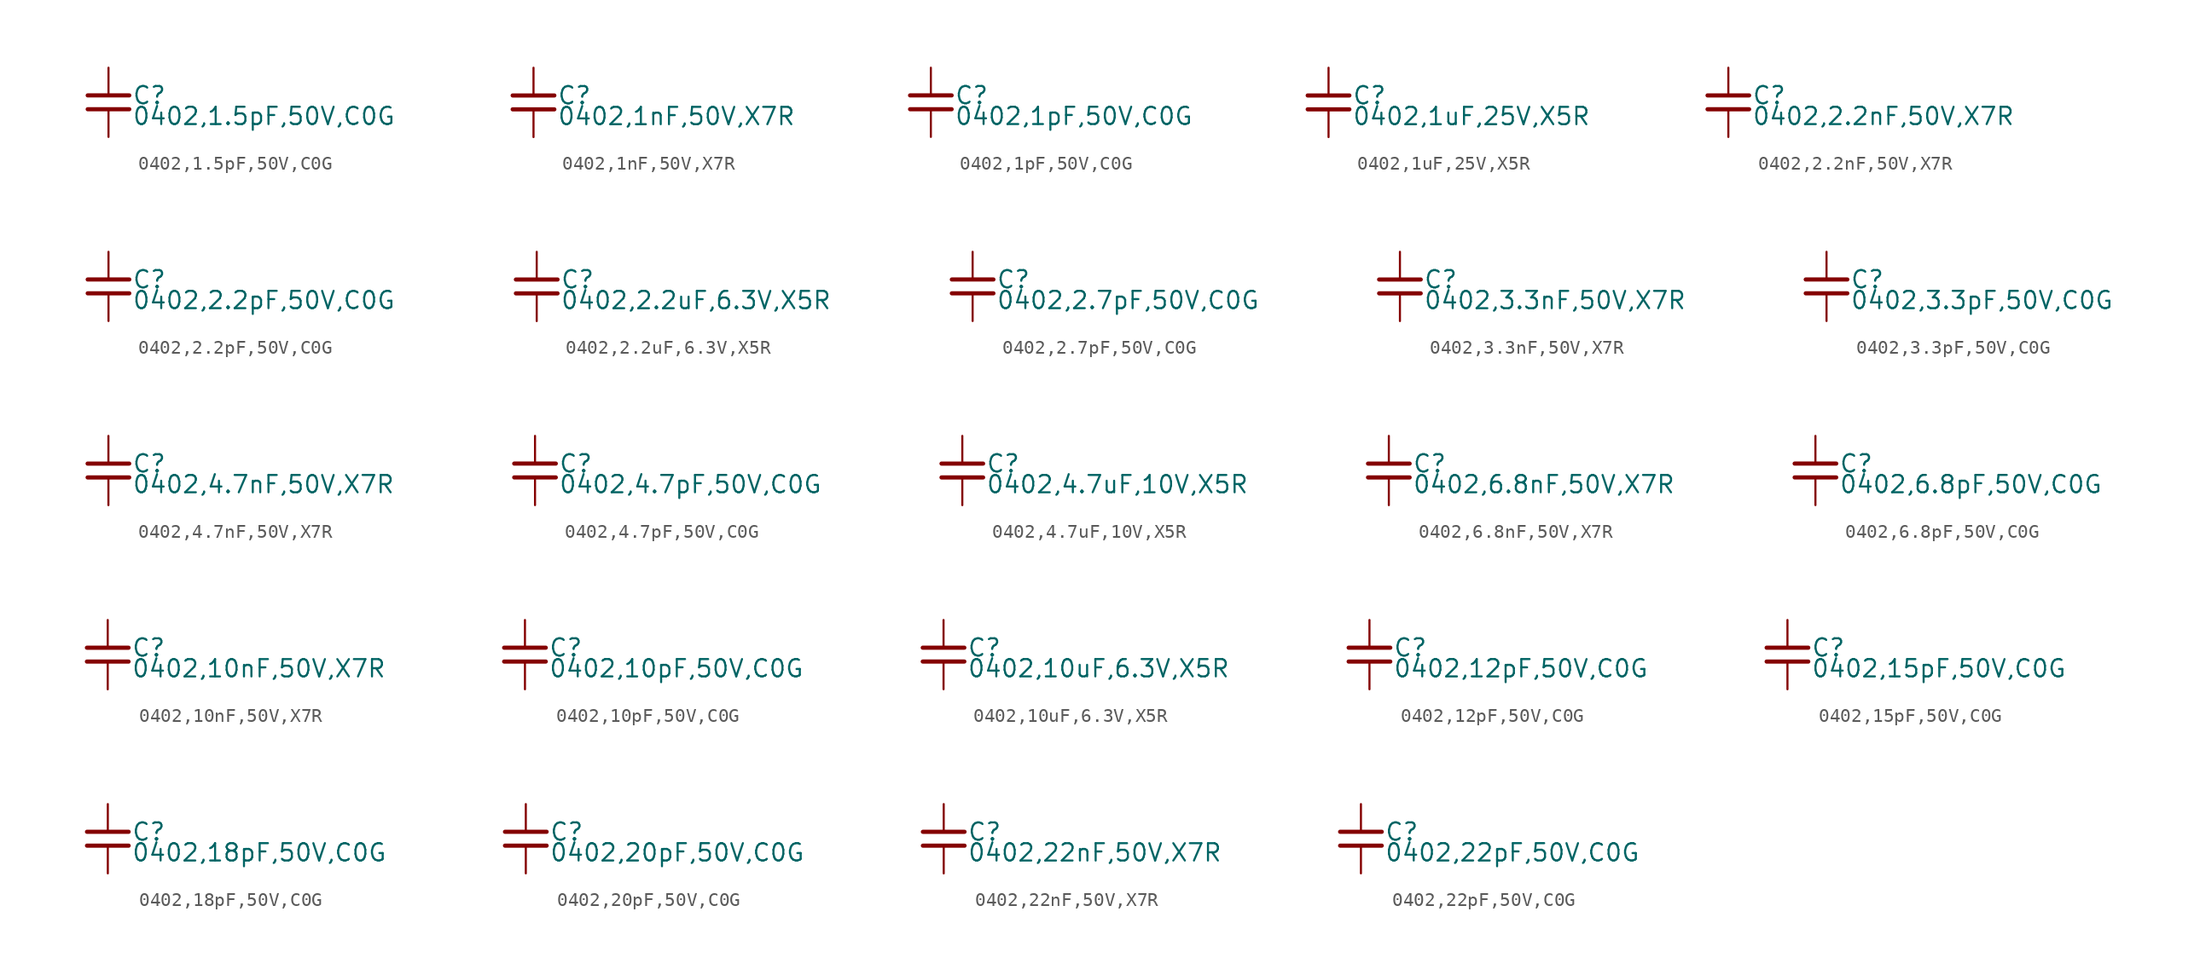
<source format=kicad_sym>
(kicad_symbol_lib
  (version 20231120)
  (generator "kicad_symbol_editor")
  (generator_version "8.0")
  (symbol "0402,1.5pF,50V,C0G "
    (property "Reference" "C"
      (at 1.71 0.508 0)
      (effects (font (size 1.27 1.27)) (justify left)))
    (property "Value" "0402,1.5pF,50V,C0G "
      (at 1.71 -1.016 0)
      (effects (font (size 1.27 1.27)) (justify left)))
    (symbol "0402,1.5pF,50V,C0G _0_0"
      (polyline (pts (xy -1.524 -0.508) (xy 1.524 -0.508)) (stroke (width 0.305) (type default)) (fill (type none)))
      (polyline (pts (xy -1.524 0.508) (xy 1.524 0.508)) (stroke (width 0.305) (type default)) (fill (type none)))
      (pin passive line (at 0 2.54 270) (length 2.032) (name "~" (effects (font (size 0 0)))) (number "1" (effects (font (size 0 0)))))
      (pin passive line (at 0 -2.54 90) (length 2.032) (name "~" (effects (font (size 0 0)))) (number "2" (effects (font (size 0 0)))))))
  (symbol "0402,1nF,50V,X7R "
    (property "Reference" "C"
      (at 1.71 0.508 0)
      (effects (font (size 1.27 1.27)) (justify left)))
    (property "Value" "0402,1nF,50V,X7R "
      (at 1.71 -1.016 0)
      (effects (font (size 1.27 1.27)) (justify left)))
    (property "ki_locked" ""
      (at 0 0 0)
      (effects (font (size 1.27 1.27))))
    (symbol "0402,1nF,50V,X7R _0_0"
      (polyline (pts (xy -1.524 -0.508) (xy 1.524 -0.508)) (stroke (width 0.305) (type default)) (fill (type none)))
      (polyline (pts (xy -1.524 0.508) (xy 1.524 0.508)) (stroke (width 0.305) (type default)) (fill (type none)))
      (pin passive line (at 0 2.54 270) (length 2.032) (name "~" (effects (font (size 0 0)))) (number "1" (effects (font (size 0 0)))))
      (pin passive line (at 0 -2.54 90) (length 2.032) (name "~" (effects (font (size 0 0)))) (number "2" (effects (font (size 0 0)))))))
  (symbol "0402,1pF,50V,C0G "
    (property "Reference" "C"
      (at 1.71 0.508 0)
      (effects (font (size 1.27 1.27)) (justify left)))
    (property "Value" "0402,1pF,50V,C0G "
      (at 1.71 -1.016 0)
      (effects (font (size 1.27 1.27)) (justify left)))
    (property "ki_locked" ""
      (at 0 0 0)
      (effects (font (size 1.27 1.27))))
    (symbol "0402,1pF,50V,C0G _0_0"
      (polyline (pts (xy -1.524 -0.508) (xy 1.524 -0.508)) (stroke (width 0.305) (type default)) (fill (type none)))
      (polyline (pts (xy -1.524 0.508) (xy 1.524 0.508)) (stroke (width 0.305) (type default)) (fill (type none)))
      (pin passive line (at 0 2.54 270) (length 2.032) (name "~" (effects (font (size 0 0)))) (number "1" (effects (font (size 0 0)))))
      (pin passive line (at 0 -2.54 90) (length 2.032) (name "~" (effects (font (size 0 0)))) (number "2" (effects (font (size 0 0)))))))
  (symbol "0402,1uF,25V,X5R "
    (property "Reference" "C"
      (at 1.71 0.508 0)
      (effects (font (size 1.27 1.27)) (justify left)))
    (property "Value" "0402,1uF,25V,X5R "
      (at 1.71 -1.016 0)
      (effects (font (size 1.27 1.27)) (justify left)))
    (property "ki_locked" ""
      (at 0 0 0)
      (effects (font (size 1.27 1.27))))
    (symbol "0402,1uF,25V,X5R _0_0"
      (polyline (pts (xy -1.524 -0.508) (xy 1.524 -0.508)) (stroke (width 0.305) (type default)) (fill (type none)))
      (polyline (pts (xy -1.524 0.508) (xy 1.524 0.508)) (stroke (width 0.305) (type default)) (fill (type none)))
      (pin passive line (at 0 2.54 270) (length 2.032) (name "~" (effects (font (size 0 0)))) (number "1" (effects (font (size 0 0)))))
      (pin passive line (at 0 -2.54 90) (length 2.032) (name "~" (effects (font (size 0 0)))) (number "2" (effects (font (size 0 0)))))))
  (symbol "0402,2.2nF,50V,X7R "
    (property "Reference" "C"
      (at 1.71 0.508 0)
      (effects (font (size 1.27 1.27)) (justify left)))
    (property "Value" "0402,2.2nF,50V,X7R "
      (at 1.71 -1.016 0)
      (effects (font (size 1.27 1.27)) (justify left)))
    (property "ki_locked" ""
      (at 0 0 0)
      (effects (font (size 1.27 1.27))))
    (symbol "0402,2.2nF,50V,X7R _0_0"
      (polyline (pts (xy -1.524 -0.508) (xy 1.524 -0.508)) (stroke (width 0.305) (type default)) (fill (type none)))
      (polyline (pts (xy -1.524 0.508) (xy 1.524 0.508)) (stroke (width 0.305) (type default)) (fill (type none)))
      (pin passive line (at 0 2.54 270) (length 2.032) (name "~" (effects (font (size 0 0)))) (number "1" (effects (font (size 0 0)))))
      (pin passive line (at 0 -2.54 90) (length 2.032) (name "~" (effects (font (size 0 0)))) (number "2" (effects (font (size 0 0)))))))
  (symbol "0402,2.2pF,50V,C0G "
    (property "Reference" "C"
      (at 1.71 0.508 0)
      (effects (font (size 1.27 1.27)) (justify left)))
    (property "Value" "0402,2.2pF,50V,C0G "
      (at 1.71 -1.016 0)
      (effects (font (size 1.27 1.27)) (justify left)))
    (property "ki_locked" ""
      (at 0 0 0)
      (effects (font (size 1.27 1.27))))
    (symbol "0402,2.2pF,50V,C0G _0_0"
      (polyline (pts (xy -1.524 -0.508) (xy 1.524 -0.508)) (stroke (width 0.305) (type default)) (fill (type none)))
      (polyline (pts (xy -1.524 0.508) (xy 1.524 0.508)) (stroke (width 0.305) (type default)) (fill (type none)))
      (pin passive line (at 0 2.54 270) (length 2.032) (name "~" (effects (font (size 0 0)))) (number "1" (effects (font (size 0 0)))))
      (pin passive line (at 0 -2.54 90) (length 2.032) (name "~" (effects (font (size 0 0)))) (number "2" (effects (font (size 0 0)))))))
  (symbol "0402,2.2uF,6.3V,X5R "
    (property "Reference" "C"
      (at 1.71 0.508 0)
      (effects (font (size 1.27 1.27)) (justify left)))
    (property "Value" "0402,2.2uF,6.3V,X5R "
      (at 1.71 -1.016 0)
      (effects (font (size 1.27 1.27)) (justify left)))
    (property "ki_locked" ""
      (at 0 0 0)
      (effects (font (size 1.27 1.27))))
    (symbol "0402,2.2uF,6.3V,X5R _0_0"
      (polyline (pts (xy -1.524 -0.508) (xy 1.524 -0.508)) (stroke (width 0.305) (type default)) (fill (type none)))
      (polyline (pts (xy -1.524 0.508) (xy 1.524 0.508)) (stroke (width 0.305) (type default)) (fill (type none)))
      (pin passive line (at 0 2.54 270) (length 2.032) (name "~" (effects (font (size 0 0)))) (number "1" (effects (font (size 0 0)))))
      (pin passive line (at 0 -2.54 90) (length 2.032) (name "~" (effects (font (size 0 0)))) (number "2" (effects (font (size 0 0)))))))
  (symbol "0402,2.7pF,50V,C0G "
    (property "Reference" "C"
      (at 1.71 0.508 0)
      (effects (font (size 1.27 1.27)) (justify left)))
    (property "Value" "0402,2.7pF,50V,C0G "
      (at 1.71 -1.016 0)
      (effects (font (size 1.27 1.27)) (justify left)))
    (property "ki_locked" ""
      (at 0 0 0)
      (effects (font (size 1.27 1.27))))
    (symbol "0402,2.7pF,50V,C0G _0_0"
      (polyline (pts (xy -1.524 -0.508) (xy 1.524 -0.508)) (stroke (width 0.305) (type default)) (fill (type none)))
      (polyline (pts (xy -1.524 0.508) (xy 1.524 0.508)) (stroke (width 0.305) (type default)) (fill (type none)))
      (pin passive line (at 0 2.54 270) (length 2.032) (name "~" (effects (font (size 0 0)))) (number "1" (effects (font (size 0 0)))))
      (pin passive line (at 0 -2.54 90) (length 2.032) (name "~" (effects (font (size 0 0)))) (number "2" (effects (font (size 0 0)))))))
  (symbol "0402,3.3nF,50V,X7R "
    (property "Reference" "C"
      (at 1.71 0.508 0)
      (effects (font (size 1.27 1.27)) (justify left)))
    (property "Value" "0402,3.3nF,50V,X7R "
      (at 1.71 -1.016 0)
      (effects (font (size 1.27 1.27)) (justify left)))
    (property "ki_locked" ""
      (at 0 0 0)
      (effects (font (size 1.27 1.27))))
    (symbol "0402,3.3nF,50V,X7R _0_0"
      (polyline (pts (xy -1.524 -0.508) (xy 1.524 -0.508)) (stroke (width 0.305) (type default)) (fill (type none)))
      (polyline (pts (xy -1.524 0.508) (xy 1.524 0.508)) (stroke (width 0.305) (type default)) (fill (type none)))
      (pin passive line (at 0 2.54 270) (length 2.032) (name "~" (effects (font (size 0 0)))) (number "1" (effects (font (size 0 0)))))
      (pin passive line (at 0 -2.54 90) (length 2.032) (name "~" (effects (font (size 0 0)))) (number "2" (effects (font (size 0 0)))))))
  (symbol "0402,3.3pF,50V,C0G "
    (property "Reference" "C"
      (at 1.71 0.508 0)
      (effects (font (size 1.27 1.27)) (justify left)))
    (property "Value" "0402,3.3pF,50V,C0G "
      (at 1.71 -1.016 0)
      (effects (font (size 1.27 1.27)) (justify left)))
    (property "ki_locked" ""
      (at 0 0 0)
      (effects (font (size 1.27 1.27))))
    (symbol "0402,3.3pF,50V,C0G _0_0"
      (polyline (pts (xy -1.524 -0.508) (xy 1.524 -0.508)) (stroke (width 0.305) (type default)) (fill (type none)))
      (polyline (pts (xy -1.524 0.508) (xy 1.524 0.508)) (stroke (width 0.305) (type default)) (fill (type none)))
      (pin passive line (at 0 2.54 270) (length 2.032) (name "~" (effects (font (size 0 0)))) (number "1" (effects (font (size 0 0)))))
      (pin passive line (at 0 -2.54 90) (length 2.032) (name "~" (effects (font (size 0 0)))) (number "2" (effects (font (size 0 0)))))))
  (symbol "0402,4.7nF,50V,X7R "
    (property "Reference" "C"
      (at 1.71 0.508 0)
      (effects (font (size 1.27 1.27)) (justify left)))
    (property "Value" "0402,4.7nF,50V,X7R "
      (at 1.71 -1.016 0)
      (effects (font (size 1.27 1.27)) (justify left)))
    (property "ki_locked" ""
      (at 0 0 0)
      (effects (font (size 1.27 1.27))))
    (symbol "0402,4.7nF,50V,X7R _0_0"
      (polyline (pts (xy -1.524 -0.508) (xy 1.524 -0.508)) (stroke (width 0.305) (type default)) (fill (type none)))
      (polyline (pts (xy -1.524 0.508) (xy 1.524 0.508)) (stroke (width 0.305) (type default)) (fill (type none)))
      (pin passive line (at 0 2.54 270) (length 2.032) (name "~" (effects (font (size 0 0)))) (number "1" (effects (font (size 0 0)))))
      (pin passive line (at 0 -2.54 90) (length 2.032) (name "~" (effects (font (size 0 0)))) (number "2" (effects (font (size 0 0)))))))
  (symbol "0402,4.7pF,50V,C0G "
    (property "Reference" "C"
      (at 1.71 0.508 0)
      (effects (font (size 1.27 1.27)) (justify left)))
    (property "Value" "0402,4.7pF,50V,C0G "
      (at 1.71 -1.016 0)
      (effects (font (size 1.27 1.27)) (justify left)))
    (property "ki_locked" ""
      (at 0 0 0)
      (effects (font (size 1.27 1.27))))
    (symbol "0402,4.7pF,50V,C0G _0_0"
      (polyline (pts (xy -1.524 -0.508) (xy 1.524 -0.508)) (stroke (width 0.305) (type default)) (fill (type none)))
      (polyline (pts (xy -1.524 0.508) (xy 1.524 0.508)) (stroke (width 0.305) (type default)) (fill (type none)))
      (pin passive line (at 0 2.54 270) (length 2.032) (name "~" (effects (font (size 0 0)))) (number "1" (effects (font (size 0 0)))))
      (pin passive line (at 0 -2.54 90) (length 2.032) (name "~" (effects (font (size 0 0)))) (number "2" (effects (font (size 0 0)))))))
  (symbol "0402,4.7uF,10V,X5R "
    (property "Reference" "C"
      (at 1.71 0.508 0)
      (effects (font (size 1.27 1.27)) (justify left)))
    (property "Value" "0402,4.7uF,10V,X5R "
      (at 1.71 -1.016 0)
      (effects (font (size 1.27 1.27)) (justify left)))
    (property "ki_locked" ""
      (at 0 0 0)
      (effects (font (size 1.27 1.27))))
    (symbol "0402,4.7uF,10V,X5R _0_0"
      (polyline (pts (xy -1.524 -0.508) (xy 1.524 -0.508)) (stroke (width 0.305) (type default)) (fill (type none)))
      (polyline (pts (xy -1.524 0.508) (xy 1.524 0.508)) (stroke (width 0.305) (type default)) (fill (type none)))
      (pin passive line (at 0 2.54 270) (length 2.032) (name "~" (effects (font (size 0 0)))) (number "1" (effects (font (size 0 0)))))
      (pin passive line (at 0 -2.54 90) (length 2.032) (name "~" (effects (font (size 0 0)))) (number "2" (effects (font (size 0 0)))))))
  (symbol "0402,6.8nF,50V,X7R "
    (property "Reference" "C"
      (at 1.71 0.508 0)
      (effects (font (size 1.27 1.27)) (justify left)))
    (property "Value" "0402,6.8nF,50V,X7R "
      (at 1.71 -1.016 0)
      (effects (font (size 1.27 1.27)) (justify left)))
    (property "ki_locked" ""
      (at 0 0 0)
      (effects (font (size 1.27 1.27))))
    (symbol "0402,6.8nF,50V,X7R _0_0"
      (polyline (pts (xy -1.524 -0.508) (xy 1.524 -0.508)) (stroke (width 0.305) (type default)) (fill (type none)))
      (polyline (pts (xy -1.524 0.508) (xy 1.524 0.508)) (stroke (width 0.305) (type default)) (fill (type none)))
      (pin passive line (at 0 2.54 270) (length 2.032) (name "~" (effects (font (size 0 0)))) (number "1" (effects (font (size 0 0)))))
      (pin passive line (at 0 -2.54 90) (length 2.032) (name "~" (effects (font (size 0 0)))) (number "2" (effects (font (size 0 0)))))))
  (symbol "0402,6.8pF,50V,C0G "
    (property "Reference" "C"
      (at 1.71 0.508 0)
      (effects (font (size 1.27 1.27)) (justify left)))
    (property "Value" "0402,6.8pF,50V,C0G "
      (at 1.71 -1.016 0)
      (effects (font (size 1.27 1.27)) (justify left)))
    (property "ki_locked" ""
      (at 0 0 0)
      (effects (font (size 1.27 1.27))))
    (symbol "0402,6.8pF,50V,C0G _0_0"
      (polyline (pts (xy -1.524 -0.508) (xy 1.524 -0.508)) (stroke (width 0.305) (type default)) (fill (type none)))
      (polyline (pts (xy -1.524 0.508) (xy 1.524 0.508)) (stroke (width 0.305) (type default)) (fill (type none)))
      (pin passive line (at 0 2.54 270) (length 2.032) (name "~" (effects (font (size 0 0)))) (number "1" (effects (font (size 0 0)))))
      (pin passive line (at 0 -2.54 90) (length 2.032) (name "~" (effects (font (size 0 0)))) (number "2" (effects (font (size 0 0)))))))
  (symbol "0402,10nF,50V,X7R "
    (property "Reference" "C"
      (at 1.71 0.508 0)
      (effects (font (size 1.27 1.27)) (justify left)))
    (property "Value" "0402,10nF,50V,X7R "
      (at 1.71 -1.016 0)
      (effects (font (size 1.27 1.27)) (justify left)))
    (property "ki_locked" ""
      (at 0 0 0)
      (effects (font (size 1.27 1.27))))
    (symbol "0402,10nF,50V,X7R _0_0"
      (polyline (pts (xy -1.524 -0.508) (xy 1.524 -0.508)) (stroke (width 0.305) (type default)) (fill (type none)))
      (polyline (pts (xy -1.524 0.508) (xy 1.524 0.508)) (stroke (width 0.305) (type default)) (fill (type none)))
      (pin passive line (at 0 2.54 270) (length 2.032) (name "~" (effects (font (size 0 0)))) (number "1" (effects (font (size 0 0)))))
      (pin passive line (at 0 -2.54 90) (length 2.032) (name "~" (effects (font (size 0 0)))) (number "2" (effects (font (size 0 0)))))))
  (symbol "0402,10pF,50V,C0G "
    (property "Reference" "C"
      (at 1.71 0.508 0)
      (effects (font (size 1.27 1.27)) (justify left)))
    (property "Value" "0402,10pF,50V,C0G "
      (at 1.71 -1.016 0)
      (effects (font (size 1.27 1.27)) (justify left)))
    (property "ki_locked" ""
      (at 0 0 0)
      (effects (font (size 1.27 1.27))))
    (symbol "0402,10pF,50V,C0G _0_0"
      (polyline (pts (xy -1.524 -0.508) (xy 1.524 -0.508)) (stroke (width 0.305) (type default)) (fill (type none)))
      (polyline (pts (xy -1.524 0.508) (xy 1.524 0.508)) (stroke (width 0.305) (type default)) (fill (type none)))
      (pin passive line (at 0 2.54 270) (length 2.032) (name "~" (effects (font (size 0 0)))) (number "1" (effects (font (size 0 0)))))
      (pin passive line (at 0 -2.54 90) (length 2.032) (name "~" (effects (font (size 0 0)))) (number "2" (effects (font (size 0 0)))))))
  (symbol "0402,10uF,6.3V,X5R "
    (property "Reference" "C"
      (at 1.71 0.508 0)
      (effects (font (size 1.27 1.27)) (justify left)))
    (property "Value" "0402,10uF,6.3V,X5R "
      (at 1.71 -1.016 0)
      (effects (font (size 1.27 1.27)) (justify left)))
    (property "ki_locked" ""
      (at 0 0 0)
      (effects (font (size 1.27 1.27))))
    (symbol "0402,10uF,6.3V,X5R _0_0"
      (polyline (pts (xy -1.524 -0.508) (xy 1.524 -0.508)) (stroke (width 0.305) (type default)) (fill (type none)))
      (polyline (pts (xy -1.524 0.508) (xy 1.524 0.508)) (stroke (width 0.305) (type default)) (fill (type none)))
      (pin passive line (at 0 2.54 270) (length 2.032) (name "~" (effects (font (size 0 0)))) (number "1" (effects (font (size 0 0)))))
      (pin passive line (at 0 -2.54 90) (length 2.032) (name "~" (effects (font (size 0 0)))) (number "2" (effects (font (size 0 0)))))))
  (symbol "0402,12pF,50V,C0G "
    (property "Reference" "C"
      (at 1.71 0.508 0)
      (effects (font (size 1.27 1.27)) (justify left)))
    (property "Value" "0402,12pF,50V,C0G "
      (at 1.71 -1.016 0)
      (effects (font (size 1.27 1.27)) (justify left)))
    (property "ki_locked" ""
      (at 0 0 0)
      (effects (font (size 1.27 1.27))))
    (symbol "0402,12pF,50V,C0G _0_0"
      (polyline (pts (xy -1.524 -0.508) (xy 1.524 -0.508)) (stroke (width 0.305) (type default)) (fill (type none)))
      (polyline (pts (xy -1.524 0.508) (xy 1.524 0.508)) (stroke (width 0.305) (type default)) (fill (type none)))
      (pin passive line (at 0 2.54 270) (length 2.032) (name "~" (effects (font (size 0 0)))) (number "1" (effects (font (size 0 0)))))
      (pin passive line (at 0 -2.54 90) (length 2.032) (name "~" (effects (font (size 0 0)))) (number "2" (effects (font (size 0 0)))))))
  (symbol "0402,15pF,50V,C0G "
    (property "Reference" "C"
      (at 1.71 0.508 0)
      (effects (font (size 1.27 1.27)) (justify left)))
    (property "Value" "0402,15pF,50V,C0G "
      (at 1.71 -1.016 0)
      (effects (font (size 1.27 1.27)) (justify left)))
    (property "ki_locked" ""
      (at 0 0 0)
      (effects (font (size 1.27 1.27))))
    (symbol "0402,15pF,50V,C0G _0_0"
      (polyline (pts (xy -1.524 -0.508) (xy 1.524 -0.508)) (stroke (width 0.305) (type default)) (fill (type none)))
      (polyline (pts (xy -1.524 0.508) (xy 1.524 0.508)) (stroke (width 0.305) (type default)) (fill (type none)))
      (pin passive line (at 0 2.54 270) (length 2.032) (name "~" (effects (font (size 0 0)))) (number "1" (effects (font (size 0 0)))))
      (pin passive line (at 0 -2.54 90) (length 2.032) (name "~" (effects (font (size 0 0)))) (number "2" (effects (font (size 0 0)))))))
  (symbol "0402,18pF,50V,C0G "
    (property "Reference" "C"
      (at 1.71 0.508 0)
      (effects (font (size 1.27 1.27)) (justify left)))
    (property "Value" "0402,18pF,50V,C0G "
      (at 1.71 -1.016 0)
      (effects (font (size 1.27 1.27)) (justify left)))
    (property "ki_locked" ""
      (at 0 0 0)
      (effects (font (size 1.27 1.27))))
    (symbol "0402,18pF,50V,C0G _0_0"
      (polyline (pts (xy -1.524 -0.508) (xy 1.524 -0.508)) (stroke (width 0.305) (type default)) (fill (type none)))
      (polyline (pts (xy -1.524 0.508) (xy 1.524 0.508)) (stroke (width 0.305) (type default)) (fill (type none)))
      (pin passive line (at 0 2.54 270) (length 2.032) (name "~" (effects (font (size 0 0)))) (number "1" (effects (font (size 0 0)))))
      (pin passive line (at 0 -2.54 90) (length 2.032) (name "~" (effects (font (size 0 0)))) (number "2" (effects (font (size 0 0)))))))
  (symbol "0402,20pF,50V,C0G "
    (property "Reference" "C"
      (at 1.71 0.508 0)
      (effects (font (size 1.27 1.27)) (justify left)))
    (property "Value" "0402,20pF,50V,C0G "
      (at 1.71 -1.016 0)
      (effects (font (size 1.27 1.27)) (justify left)))
    (property "ki_locked" ""
      (at 0 0 0)
      (effects (font (size 1.27 1.27))))
    (symbol "0402,20pF,50V,C0G _0_0"
      (polyline (pts (xy -1.524 -0.508) (xy 1.524 -0.508)) (stroke (width 0.305) (type default)) (fill (type none)))
      (polyline (pts (xy -1.524 0.508) (xy 1.524 0.508)) (stroke (width 0.305) (type default)) (fill (type none)))
      (pin passive line (at 0 2.54 270) (length 2.032) (name "~" (effects (font (size 0 0)))) (number "1" (effects (font (size 0 0)))))
      (pin passive line (at 0 -2.54 90) (length 2.032) (name "~" (effects (font (size 0 0)))) (number "2" (effects (font (size 0 0)))))))
  (symbol "0402,22nF,50V,X7R "
    (property "Reference" "C"
      (at 1.71 0.508 0)
      (effects (font (size 1.27 1.27)) (justify left)))
    (property "Value" "0402,22nF,50V,X7R "
      (at 1.71 -1.016 0)
      (effects (font (size 1.27 1.27)) (justify left)))
    (property "ki_locked" ""
      (at 0 0 0)
      (effects (font (size 1.27 1.27))))
    (symbol "0402,22nF,50V,X7R _0_0"
      (polyline (pts (xy -1.524 -0.508) (xy 1.524 -0.508)) (stroke (width 0.305) (type default)) (fill (type none)))
      (polyline (pts (xy -1.524 0.508) (xy 1.524 0.508)) (stroke (width 0.305) (type default)) (fill (type none)))
      (pin passive line (at 0 2.54 270) (length 2.032) (name "~" (effects (font (size 0 0)))) (number "1" (effects (font (size 0 0)))))
      (pin passive line (at 0 -2.54 90) (length 2.032) (name "~" (effects (font (size 0 0)))) (number "2" (effects (font (size 0 0)))))))
  (symbol "0402,22pF,50V,C0G "
    (property "Reference" "C"
      (at 1.71 0.508 0)
      (effects (font (size 1.27 1.27)) (justify left)))
    (property "Value" "0402,22pF,50V,C0G "
      (at 1.71 -1.016 0)
      (effects (font (size 1.27 1.27)) (justify left)))
    (property "ki_locked" ""
      (at 0 0 0)
      (effects (font (size 1.27 1.27))))
    (symbol "0402,22pF,50V,C0G _0_0"
      (polyline (pts (xy -1.524 -0.508) (xy 1.524 -0.508)) (stroke (width 0.305) (type default)) (fill (type none)))
      (polyline (pts (xy -1.524 0.508) (xy 1.524 0.508)) (stroke (width 0.305) (type default)) (fill (type none)))
      (pin passive line (at 0 2.54 270) (length 2.032) (name "~" (effects (font (size 0 0)))) (number "1" (effects (font (size 0 0)))))
      (pin passive line (at 0 -2.54 90) (length 2.032) (name "~" (effects (font (size 0 0)))) (number "2" (effects (font (size 0 0))))))))
</source>
